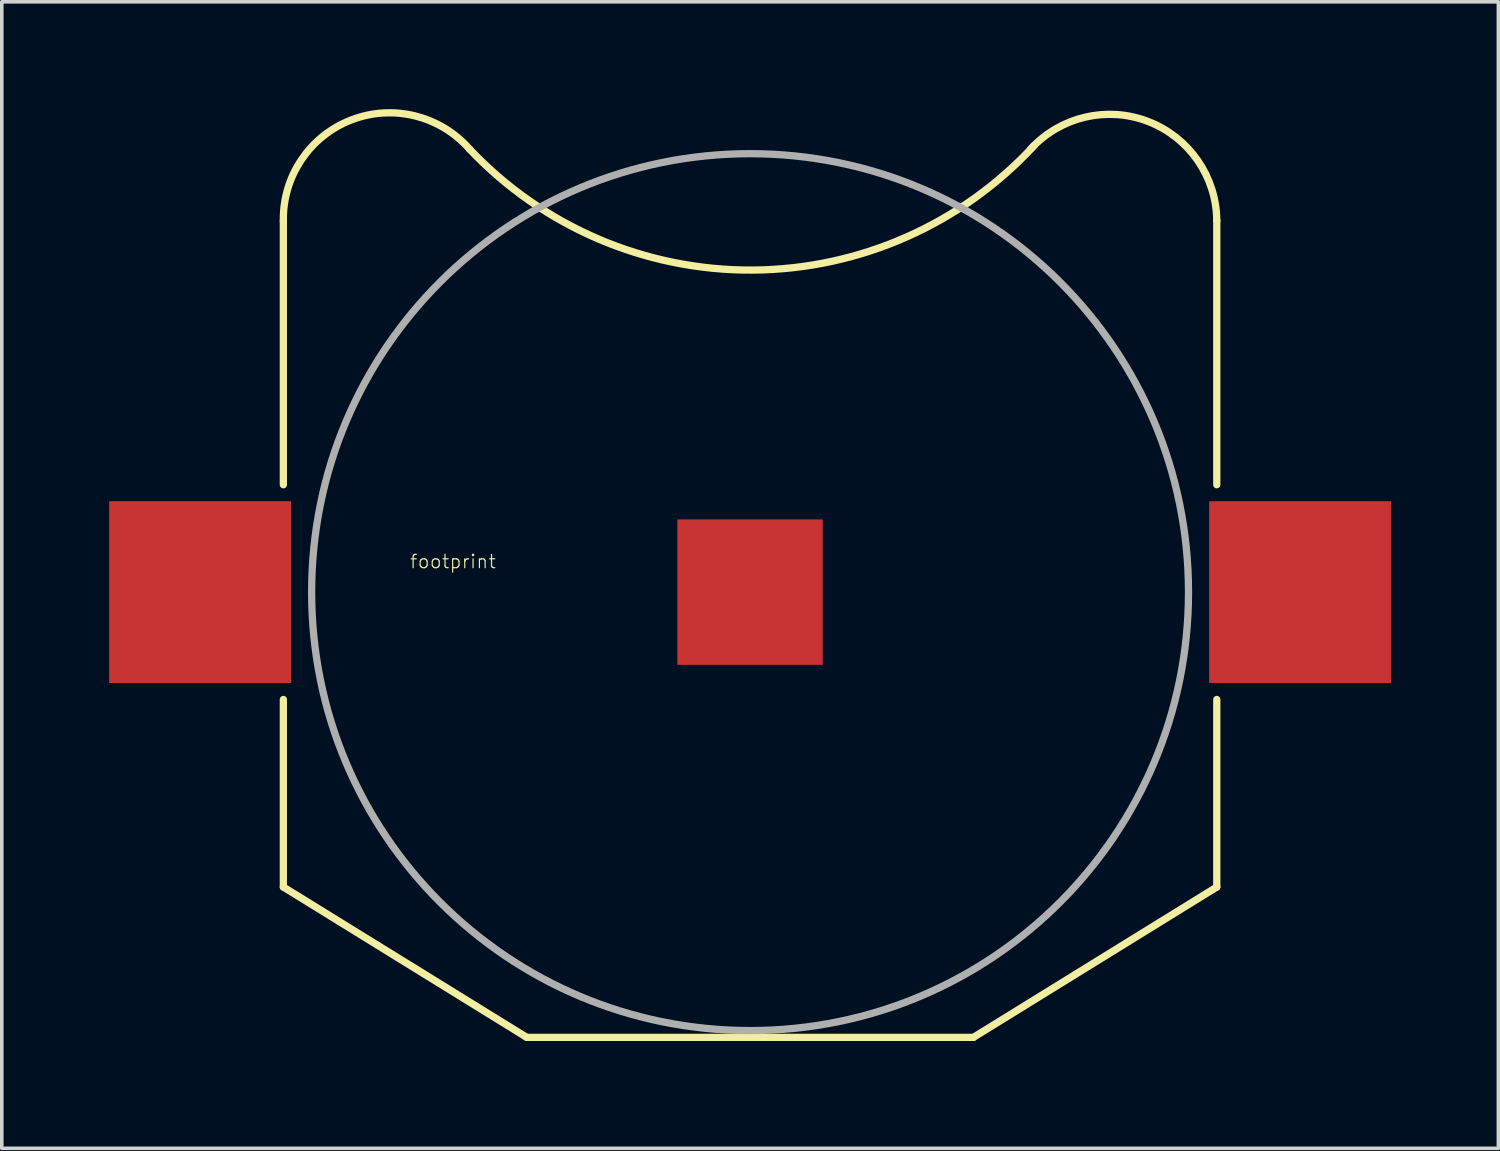
<source format=kicad_pcb>
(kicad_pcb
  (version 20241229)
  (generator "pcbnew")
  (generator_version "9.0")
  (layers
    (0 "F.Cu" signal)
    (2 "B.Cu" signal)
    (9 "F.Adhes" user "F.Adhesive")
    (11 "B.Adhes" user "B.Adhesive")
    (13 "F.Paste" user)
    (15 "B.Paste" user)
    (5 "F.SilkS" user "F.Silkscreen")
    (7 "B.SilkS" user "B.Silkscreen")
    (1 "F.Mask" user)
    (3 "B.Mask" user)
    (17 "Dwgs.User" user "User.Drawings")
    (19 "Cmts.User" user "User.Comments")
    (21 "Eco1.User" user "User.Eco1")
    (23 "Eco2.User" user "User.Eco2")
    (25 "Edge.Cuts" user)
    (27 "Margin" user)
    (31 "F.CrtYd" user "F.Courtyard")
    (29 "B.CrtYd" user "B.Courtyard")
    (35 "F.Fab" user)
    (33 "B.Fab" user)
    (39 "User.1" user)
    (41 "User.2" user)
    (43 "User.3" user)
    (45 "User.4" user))
  (footprint "footprint"
    (layer "F.Cu")
    (at 17.907 13.494)
    (property "Reference" "footprint" (at -9.525 -0.635 0) (layer "F.SilkS") (effects (font (size 0.374 0.374) (thickness 0.033)) (justify left bottom)))
    (fp_line (start -13.04 -10.38) (end -13.04 -3) (stroke (width 0.203) (type solid)) (layer "F.SilkS"))
    (fp_line (start -13.04 8.24) (end -13.04 3) (stroke (width 0.203) (type solid)) (layer "F.SilkS"))
    (fp_line (start -6.24 12.44) (end -13.04 8.24) (stroke (width 0.203) (type solid)) (layer "F.SilkS"))
    (fp_line (start -6.24 12.44) (end 6.24 12.44) (stroke (width 0.203) (type solid)) (layer "F.SilkS"))
    (fp_line (start 6.24 12.44) (end 13.04 8.24) (stroke (width 0.203) (type solid)) (layer "F.SilkS"))
    (fp_line (start 13.04 -10.38) (end 13.04 -3) (stroke (width 0.203) (type solid)) (layer "F.SilkS"))
    (fp_line (start 13.04 8.24) (end 13.04 3) (stroke (width 0.203) (type solid)) (layer "F.SilkS"))
    (fp_arc (start -13.04 -10.38) (mid -11.137839 -13.194383) (end -7.839999 -12.379998) (stroke (width 0.2032) (type solid)) (layer "F.SilkS"))
    (fp_arc (start 7.839998 -12.380001) (mid 11.120867 -13.150258) (end 13.04 -10.38) (stroke (width 0.2032) (type solid)) (layer "F.SilkS"))
    (fp_arc (start 7.939998 -12.479999) (mid 0.071748 -8.998012) (end -7.84 -12.38) (stroke (width 0.2032) (type solid)) (layer "F.SilkS"))
    (fp_circle (center 0 0) (end 12.25 0) (stroke (width 0.203) (type solid)) (fill no) (layer "F.Fab"))
    (pad "1" smd rect (at -15.367 0) (size 5.08 5.08) (layers "F.Cu" "F.Mask" "F.Paste"))
    (pad "2" smd rect (at 0 0) (size 4.064 4.064) (layers "F.Cu" "F.Mask" "F.Paste"))
    (pad "3" smd rect (at 15.367 0) (size 5.08 5.08) (layers "F.Cu" "F.Mask" "F.Paste")))
  (gr_rect
    (start -3 -3)
    (end 38.814 29.035)
    (stroke (width 0.1) (type default))
    (fill no)
    (layer "Edge.Cuts")))
</source>
